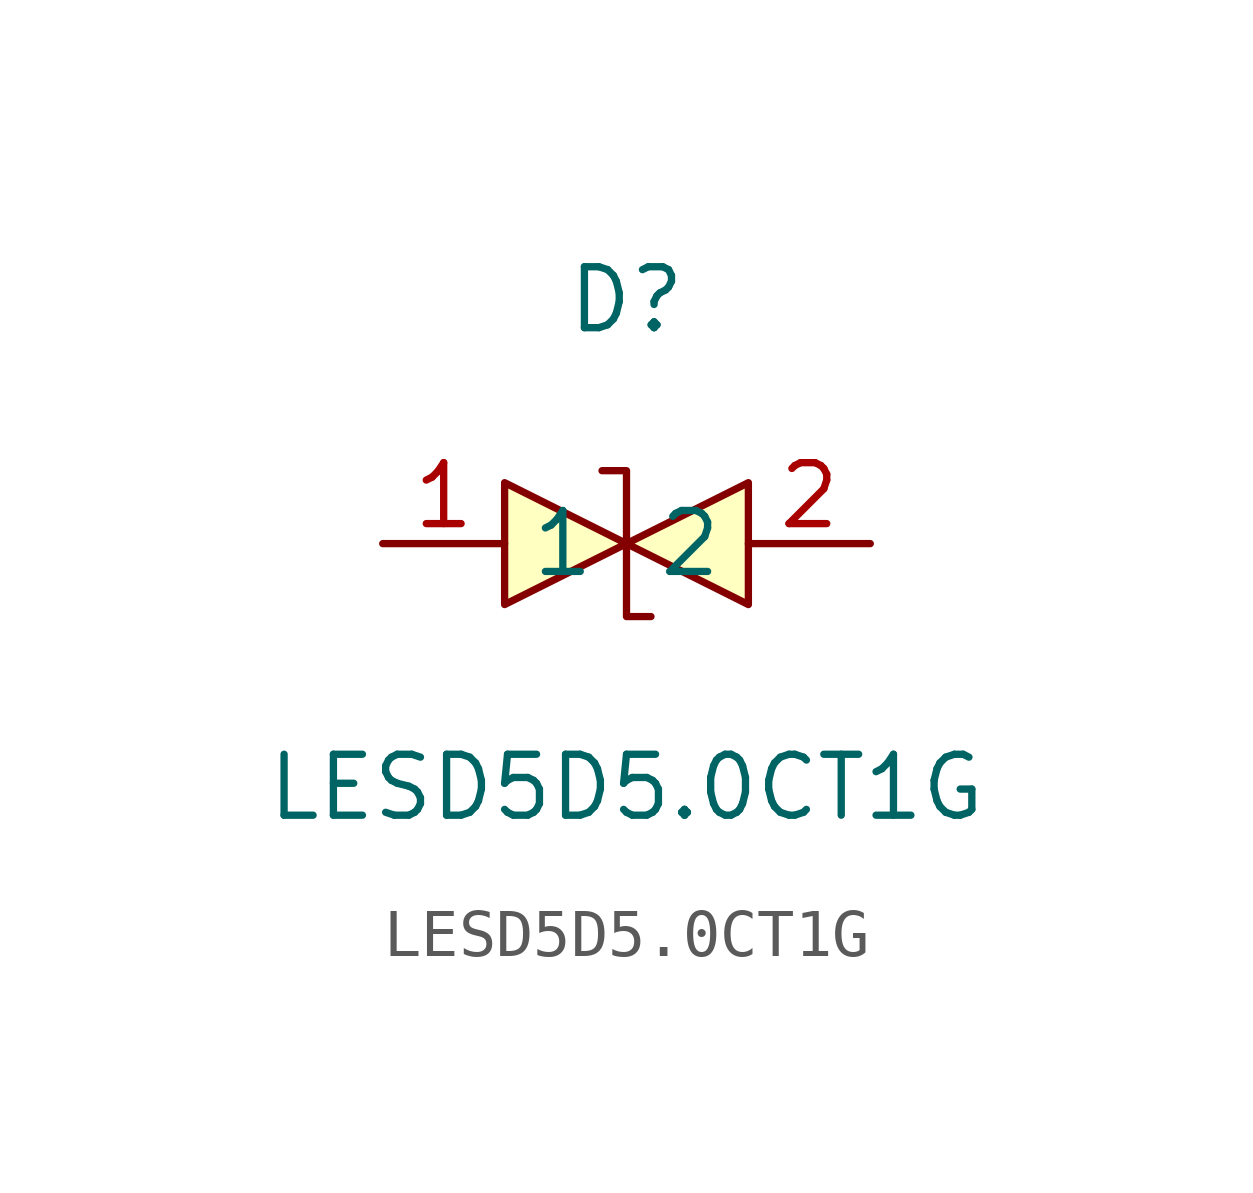
<source format=kicad_sym>
(kicad_symbol_lib
  (version 20241209)
  (generator "kicad_symbol_editor")
  (generator_version "9.0")
  (symbol "LESD5D5.0CT1G"
    (property "Reference" "D"
      (at 0 5.08 0)
      (effects (font (size 1.27 1.27))))
    (property "Value" "LESD5D5.0CT1G"
      (at 0 -5.08 0)
      (effects (font (size 1.27 1.27))))
    (symbol "LESD5D5.0CT1G_0_1"
      (polyline (pts (xy -2.54 1.27) (xy 0 0) (xy -2.54 -1.27) (xy -2.54 1.27)) (stroke (width 0) (type default)) (fill (type background)))
      (polyline (pts (xy -0.51 1.52) (xy -0.51 1.52) (xy 0 1.52) (xy 0 -1.52) (xy 0.51 -1.52) (xy 0.51 -1.52)) (stroke (width 0) (type default)) (fill (type none)))
      (polyline (pts (xy 2.54 1.27) (xy 0 0) (xy 2.54 -1.27) (xy 2.54 1.27)) (stroke (width 0) (type default)) (fill (type background)))
      (pin unspecified line (at -5.08 0 0) (length 2.54) (name "1" (effects (font (size 1.27 1.27)))) (number "1" (effects (font (size 1.27 1.27)))))
      (pin unspecified line (at 5.08 0 180) (length 2.54) (name "2" (effects (font (size 1.27 1.27)))) (number "2" (effects (font (size 1.27 1.27))))))))
</source>
